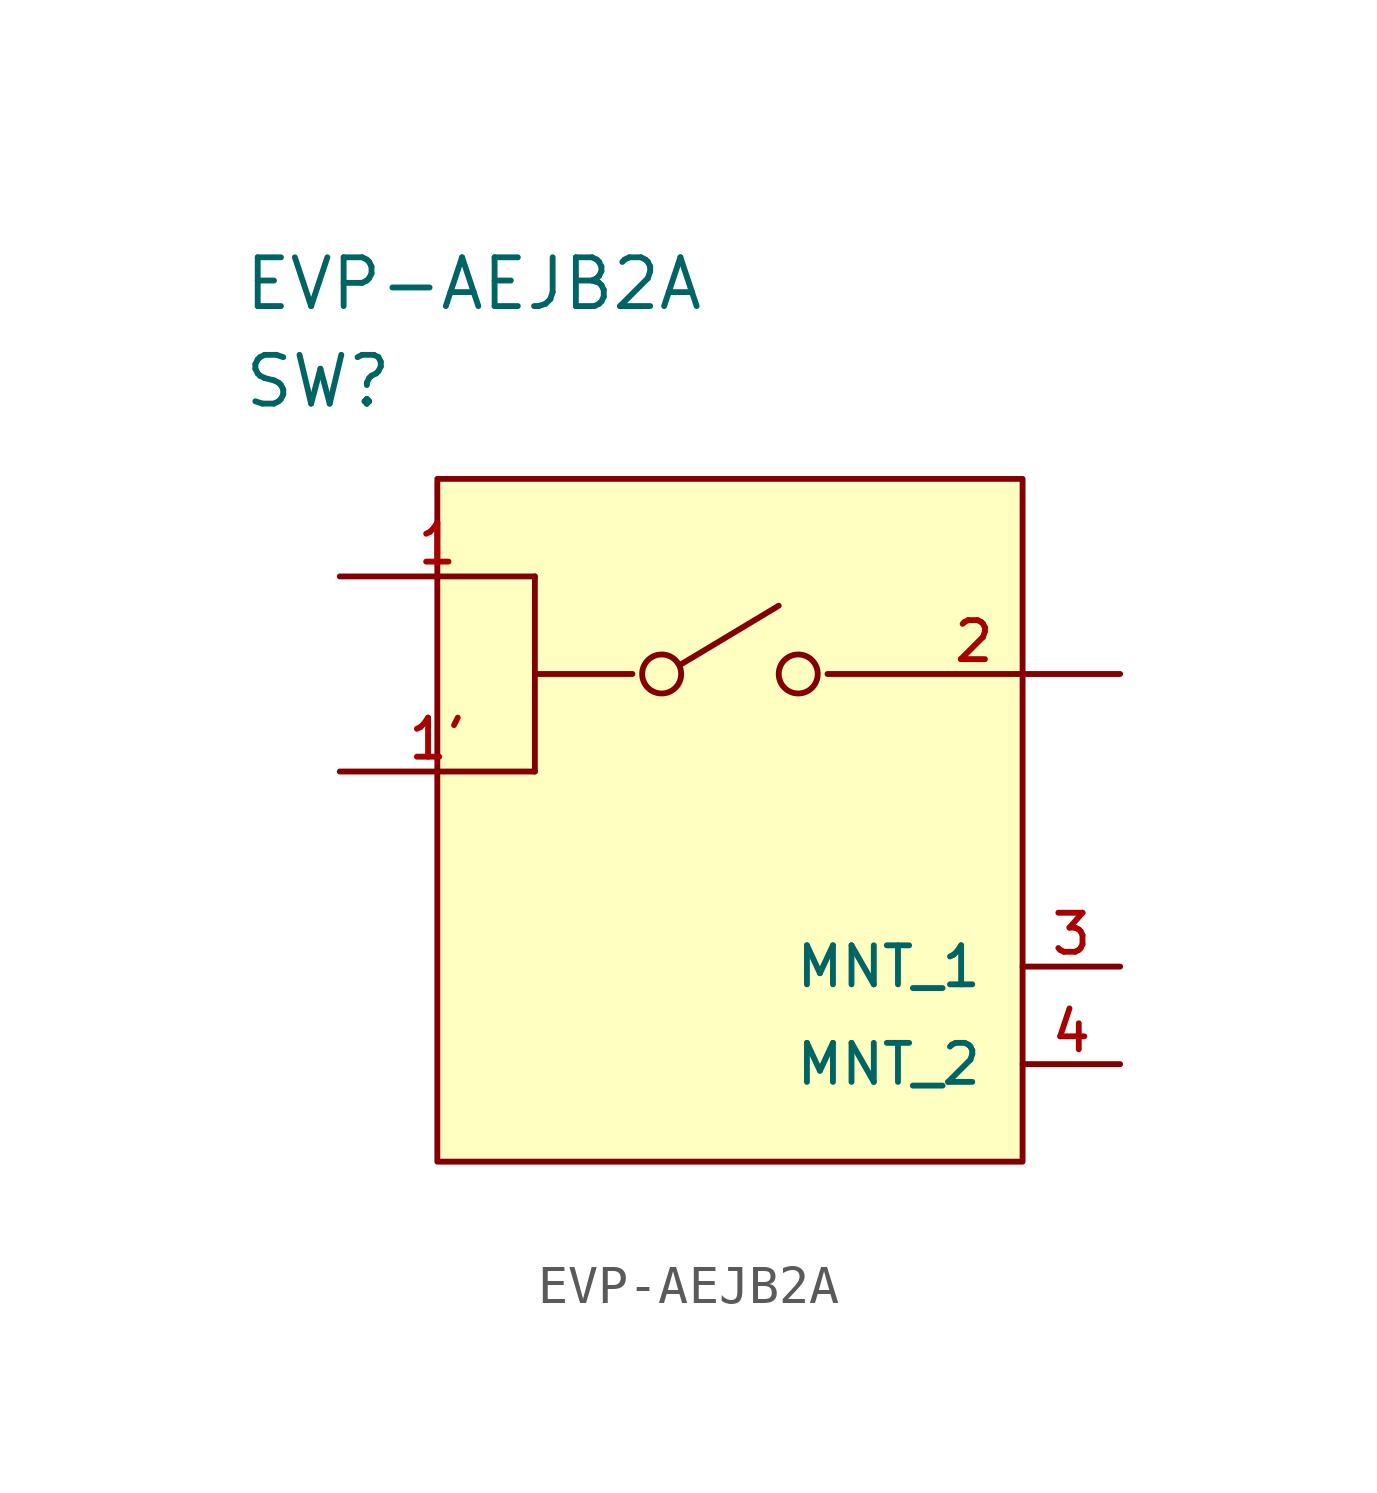
<source format=kicad_sym>
(kicad_symbol_lib
  (version 20220914)
  (generator kicad_symbol_editor)
  (symbol "EVP-AEJB2A"
    (pin_names
      (offset 1.016))
    (property "Reference" "SW"
      (at 0 7.62 0)
      (effects (font (size 1.27 1.27)) (justify left)))
    (property "Value" "EVP-AEJB2A"
      (at 0 10.16 0)
      (effects (font (size 1.27 1.27)) (justify left)))
    (symbol "EVP-AEJB2A_1_1"
      (polyline (pts (xy 7.62 -2.54) (xy 7.62 2.54)) (stroke (width 0) (type solid)) (fill (type none)))
      (polyline (pts (xy 7.62 0) (xy 10.16 0)) (stroke (width 0) (type solid)) (fill (type none)))
      (polyline (pts (xy 11.43 0.254) (xy 13.97 1.778)) (stroke (width 0) (type solid)) (fill (type none)))
      (rectangle (start 5.08 5.08) (end 20.32 -12.7) (stroke (width 0) (type solid)) (fill (type background)))
      (circle (center 10.922 0) (radius 0.508) (stroke (width 0) (type solid)) (fill (type none)))
      (circle (center 14.478 0) (radius 0.508) (stroke (width 0) (type solid)) (fill (type none)))
      (pin passive line (at 2.54 2.54 0) (length 5.08) (name "1" (effects (font (size 0 0)))) (number "1" (effects (font (size 1.016 1.016)))))
      (pin passive line (at 2.54 -2.54 0) (length 5.08) (name "1'" (effects (font (size 0 0)))) (number "1'" (effects (font (size 1.016 1.016)))))
      (pin passive line (at 22.86 0 180) (length 7.62) (name "2" (effects (font (size 0 0)))) (number "2" (effects (font (size 1.016 1.016)))))
      (pin passive line (at 22.86 -7.62 180) (length 2.54) (name "MNT_1" (effects (font (size 1.016 1.016)))) (number "3" (effects (font (size 1.016 1.016)))))
      (pin passive line (at 22.86 -10.16 180) (length 2.54) (name "MNT_2" (effects (font (size 1.016 1.016)))) (number "4" (effects (font (size 1.016 1.016))))))))
</source>
